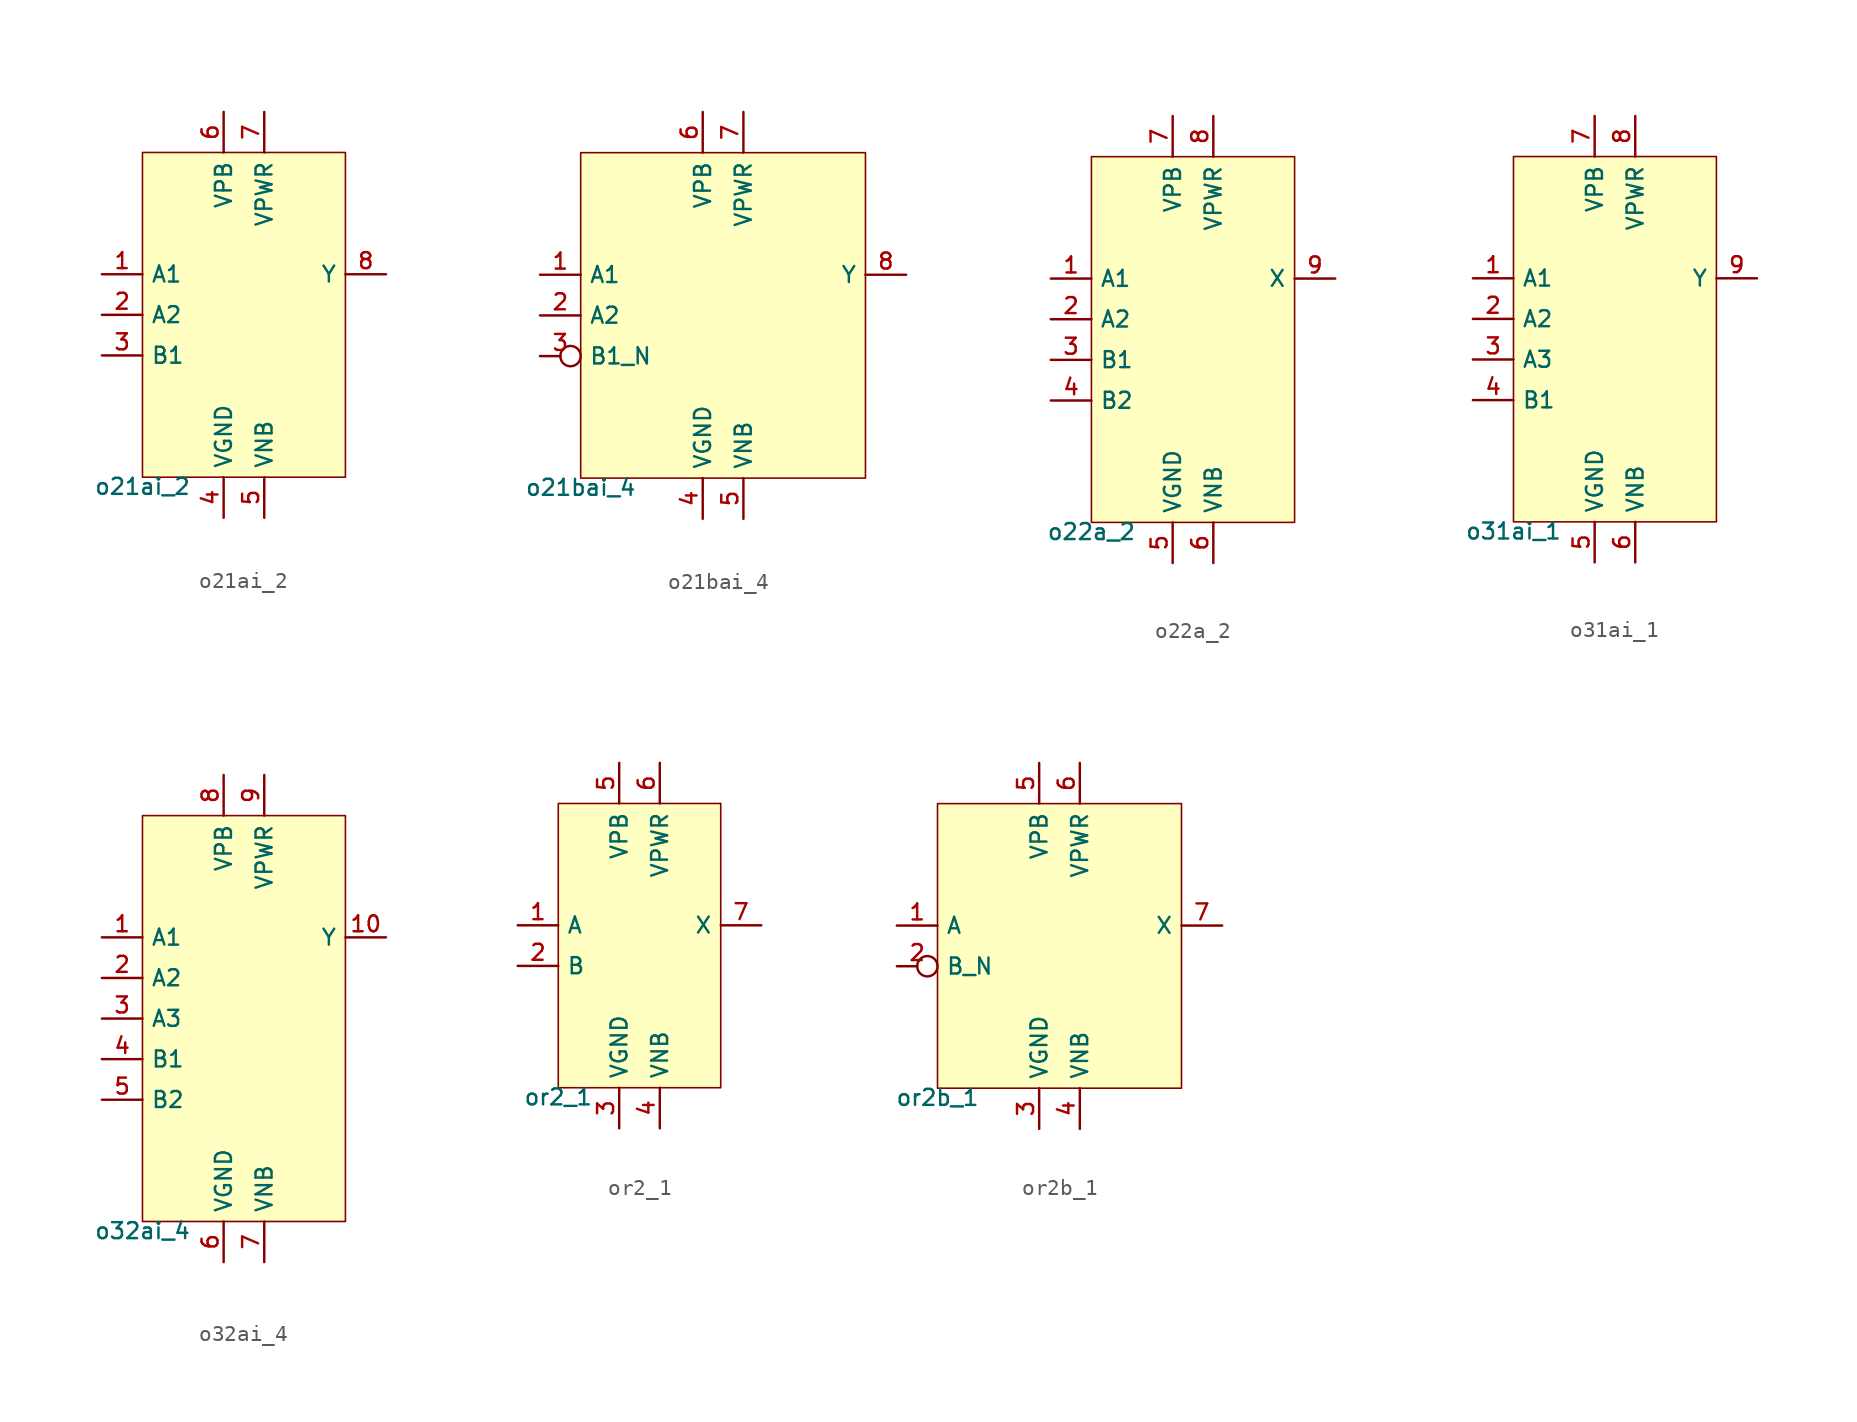
<source format=kicad_sym>
(kicad_symbol_lib
  (version 20211014)
  (generator pdk2kicad)
  (symbol "o21ai_2"
    (property "Reference" "X"
      (at 0 0 0)
      (effects (font (size 1 1)) hide))
    (property "Value" "o21ai_2"
      (at -6.35 -10.16 0)
      (effects (font (size 1 1)) (justify top)))
    (rectangle
      (start -6.35 -10.16)
      (end 6.35 10.16)
      (stroke (width 0.1) (type solid) (color 0 0 0 0))
      (fill (type background)))
    (pin input line
      (at -8.89 2.54 0)
      (length 2.54)
      (name "A1" (effects (font (size 1 1)) hide))
      (number "1" (effects (font (size 1 1)) hide)))
    (pin input line
      (at -8.89 0.0 0)
      (length 2.54)
      (name "A2" (effects (font (size 1 1)) hide))
      (number "2" (effects (font (size 1 1)) hide)))
    (pin input line
      (at -8.89 -2.54 0)
      (length 2.54)
      (name "B1" (effects (font (size 1 1)) hide))
      (number "3" (effects (font (size 1 1)) hide)))
    (pin power_in line
      (at -1.27 -12.7 90)
      (length 2.54)
      (name "VGND" (effects (font (size 1 1)) hide))
      (number "4" (effects (font (size 1 1)) hide)))
    (pin power_in line
      (at 1.27 -12.7 90)
      (length 2.54)
      (name "VNB" (effects (font (size 1 1)) hide))
      (number "5" (effects (font (size 1 1)) hide)))
    (pin power_in line
      (at -1.27 12.7 270)
      (length 2.54)
      (name "VPB" (effects (font (size 1 1)) hide))
      (number "6" (effects (font (size 1 1)) hide)))
    (pin power_in line
      (at 1.27 12.7 270)
      (length 2.54)
      (name "VPWR" (effects (font (size 1 1)) hide))
      (number "7" (effects (font (size 1 1)) hide)))
    (pin output line
      (at 8.89 2.54 180)
      (length 2.54)
      (name "Y" (effects (font (size 1 1)) hide))
      (number "8" (effects (font (size 1 1)) hide))))
  (symbol "o21bai_4"
    (property "Reference" "X"
      (at 0 0 0)
      (effects (font (size 1 1)) hide))
    (property "Value" "o21bai_4"
      (at -8.89 -10.16 0)
      (effects (font (size 1 1)) (justify top)))
    (rectangle
      (start -8.89 -10.16)
      (end 8.89 10.16)
      (stroke (width 0.1) (type solid) (color 0 0 0 0))
      (fill (type background)))
    (pin input line
      (at -11.43 2.54 0)
      (length 2.54)
      (name "A1" (effects (font (size 1 1)) hide))
      (number "1" (effects (font (size 1 1)) hide)))
    (pin input line
      (at -11.43 0.0 0)
      (length 2.54)
      (name "A2" (effects (font (size 1 1)) hide))
      (number "2" (effects (font (size 1 1)) hide)))
    (pin input inverted
      (at -11.43 -2.54 0)
      (length 2.54)
      (name "B1_N" (effects (font (size 1 1)) hide))
      (number "3" (effects (font (size 1 1)) hide)))
    (pin power_in line
      (at -1.27 -12.7 90)
      (length 2.54)
      (name "VGND" (effects (font (size 1 1)) hide))
      (number "4" (effects (font (size 1 1)) hide)))
    (pin power_in line
      (at 1.27 -12.7 90)
      (length 2.54)
      (name "VNB" (effects (font (size 1 1)) hide))
      (number "5" (effects (font (size 1 1)) hide)))
    (pin power_in line
      (at -1.27 12.7 270)
      (length 2.54)
      (name "VPB" (effects (font (size 1 1)) hide))
      (number "6" (effects (font (size 1 1)) hide)))
    (pin power_in line
      (at 1.27 12.7 270)
      (length 2.54)
      (name "VPWR" (effects (font (size 1 1)) hide))
      (number "7" (effects (font (size 1 1)) hide)))
    (pin output line
      (at 11.43 2.54 180)
      (length 2.54)
      (name "Y" (effects (font (size 1 1)) hide))
      (number "8" (effects (font (size 1 1)) hide))))
  (symbol "o22a_2"
    (property "Reference" "X"
      (at 0 0 0)
      (effects (font (size 1 1)) hide))
    (property "Value" "o22a_2"
      (at -6.35 -11.43 0)
      (effects (font (size 1 1)) (justify top)))
    (rectangle
      (start -6.35 -11.43)
      (end 6.35 11.43)
      (stroke (width 0.1) (type solid) (color 0 0 0 0))
      (fill (type background)))
    (pin input line
      (at -8.89 3.81 0)
      (length 2.54)
      (name "A1" (effects (font (size 1 1)) hide))
      (number "1" (effects (font (size 1 1)) hide)))
    (pin input line
      (at -8.89 1.27 0)
      (length 2.54)
      (name "A2" (effects (font (size 1 1)) hide))
      (number "2" (effects (font (size 1 1)) hide)))
    (pin input line
      (at -8.89 -1.27 0)
      (length 2.54)
      (name "B1" (effects (font (size 1 1)) hide))
      (number "3" (effects (font (size 1 1)) hide)))
    (pin input line
      (at -8.89 -3.81 0)
      (length 2.54)
      (name "B2" (effects (font (size 1 1)) hide))
      (number "4" (effects (font (size 1 1)) hide)))
    (pin power_in line
      (at -1.27 -13.97 90)
      (length 2.54)
      (name "VGND" (effects (font (size 1 1)) hide))
      (number "5" (effects (font (size 1 1)) hide)))
    (pin power_in line
      (at 1.27 -13.97 90)
      (length 2.54)
      (name "VNB" (effects (font (size 1 1)) hide))
      (number "6" (effects (font (size 1 1)) hide)))
    (pin power_in line
      (at -1.27 13.97 270)
      (length 2.54)
      (name "VPB" (effects (font (size 1 1)) hide))
      (number "7" (effects (font (size 1 1)) hide)))
    (pin power_in line
      (at 1.27 13.97 270)
      (length 2.54)
      (name "VPWR" (effects (font (size 1 1)) hide))
      (number "8" (effects (font (size 1 1)) hide)))
    (pin output line
      (at 8.89 3.81 180)
      (length 2.54)
      (name "X" (effects (font (size 1 1)) hide))
      (number "9" (effects (font (size 1 1)) hide))))
  (symbol "o31ai_1"
    (property "Reference" "X"
      (at 0 0 0)
      (effects (font (size 1 1)) hide))
    (property "Value" "o31ai_1"
      (at -6.35 -11.43 0)
      (effects (font (size 1 1)) (justify top)))
    (rectangle
      (start -6.35 -11.43)
      (end 6.35 11.43)
      (stroke (width 0.1) (type solid) (color 0 0 0 0))
      (fill (type background)))
    (pin input line
      (at -8.89 3.81 0)
      (length 2.54)
      (name "A1" (effects (font (size 1 1)) hide))
      (number "1" (effects (font (size 1 1)) hide)))
    (pin input line
      (at -8.89 1.27 0)
      (length 2.54)
      (name "A2" (effects (font (size 1 1)) hide))
      (number "2" (effects (font (size 1 1)) hide)))
    (pin input line
      (at -8.89 -1.27 0)
      (length 2.54)
      (name "A3" (effects (font (size 1 1)) hide))
      (number "3" (effects (font (size 1 1)) hide)))
    (pin input line
      (at -8.89 -3.81 0)
      (length 2.54)
      (name "B1" (effects (font (size 1 1)) hide))
      (number "4" (effects (font (size 1 1)) hide)))
    (pin power_in line
      (at -1.27 -13.97 90)
      (length 2.54)
      (name "VGND" (effects (font (size 1 1)) hide))
      (number "5" (effects (font (size 1 1)) hide)))
    (pin power_in line
      (at 1.27 -13.97 90)
      (length 2.54)
      (name "VNB" (effects (font (size 1 1)) hide))
      (number "6" (effects (font (size 1 1)) hide)))
    (pin power_in line
      (at -1.27 13.97 270)
      (length 2.54)
      (name "VPB" (effects (font (size 1 1)) hide))
      (number "7" (effects (font (size 1 1)) hide)))
    (pin power_in line
      (at 1.27 13.97 270)
      (length 2.54)
      (name "VPWR" (effects (font (size 1 1)) hide))
      (number "8" (effects (font (size 1 1)) hide)))
    (pin output line
      (at 8.89 3.81 180)
      (length 2.54)
      (name "Y" (effects (font (size 1 1)) hide))
      (number "9" (effects (font (size 1 1)) hide))))
  (symbol "o32ai_4"
    (property "Reference" "X"
      (at 0 0 0)
      (effects (font (size 1 1)) hide))
    (property "Value" "o32ai_4"
      (at -6.35 -12.7 0)
      (effects (font (size 1 1)) (justify top)))
    (rectangle
      (start -6.35 -12.7)
      (end 6.35 12.7)
      (stroke (width 0.1) (type solid) (color 0 0 0 0))
      (fill (type background)))
    (pin input line
      (at -8.89 5.08 0)
      (length 2.54)
      (name "A1" (effects (font (size 1 1)) hide))
      (number "1" (effects (font (size 1 1)) hide)))
    (pin input line
      (at -8.89 2.54 0)
      (length 2.54)
      (name "A2" (effects (font (size 1 1)) hide))
      (number "2" (effects (font (size 1 1)) hide)))
    (pin input line
      (at -8.89 -8.881784197001252e-16 0)
      (length 2.54)
      (name "A3" (effects (font (size 1 1)) hide))
      (number "3" (effects (font (size 1 1)) hide)))
    (pin input line
      (at -8.89 -2.54 0)
      (length 2.54)
      (name "B1" (effects (font (size 1 1)) hide))
      (number "4" (effects (font (size 1 1)) hide)))
    (pin input line
      (at -8.89 -5.08 0)
      (length 2.54)
      (name "B2" (effects (font (size 1 1)) hide))
      (number "5" (effects (font (size 1 1)) hide)))
    (pin power_in line
      (at -1.27 -15.24 90)
      (length 2.54)
      (name "VGND" (effects (font (size 1 1)) hide))
      (number "6" (effects (font (size 1 1)) hide)))
    (pin power_in line
      (at 1.27 -15.24 90)
      (length 2.54)
      (name "VNB" (effects (font (size 1 1)) hide))
      (number "7" (effects (font (size 1 1)) hide)))
    (pin power_in line
      (at -1.27 15.24 270)
      (length 2.54)
      (name "VPB" (effects (font (size 1 1)) hide))
      (number "8" (effects (font (size 1 1)) hide)))
    (pin power_in line
      (at 1.27 15.24 270)
      (length 2.54)
      (name "VPWR" (effects (font (size 1 1)) hide))
      (number "9" (effects (font (size 1 1)) hide)))
    (pin output line
      (at 8.89 5.08 180)
      (length 2.54)
      (name "Y" (effects (font (size 1 1)) hide))
      (number "10" (effects (font (size 1 1)) hide))))
  (symbol "or2_1"
    (property "Reference" "X"
      (at 0 0 0)
      (effects (font (size 1 1)) hide))
    (property "Value" "or2_1"
      (at -5.08 -8.89 0)
      (effects (font (size 1 1)) (justify top)))
    (rectangle
      (start -5.08 -8.89)
      (end 5.08 8.89)
      (stroke (width 0.1) (type solid) (color 0 0 0 0))
      (fill (type background)))
    (pin input line
      (at -7.62 1.27 0)
      (length 2.54)
      (name "A" (effects (font (size 1 1)) hide))
      (number "1" (effects (font (size 1 1)) hide)))
    (pin input line
      (at -7.62 -1.27 0)
      (length 2.54)
      (name "B" (effects (font (size 1 1)) hide))
      (number "2" (effects (font (size 1 1)) hide)))
    (pin power_in line
      (at -1.27 -11.43 90)
      (length 2.54)
      (name "VGND" (effects (font (size 1 1)) hide))
      (number "3" (effects (font (size 1 1)) hide)))
    (pin power_in line
      (at 1.27 -11.43 90)
      (length 2.54)
      (name "VNB" (effects (font (size 1 1)) hide))
      (number "4" (effects (font (size 1 1)) hide)))
    (pin power_in line
      (at -1.27 11.43 270)
      (length 2.54)
      (name "VPB" (effects (font (size 1 1)) hide))
      (number "5" (effects (font (size 1 1)) hide)))
    (pin power_in line
      (at 1.27 11.43 270)
      (length 2.54)
      (name "VPWR" (effects (font (size 1 1)) hide))
      (number "6" (effects (font (size 1 1)) hide)))
    (pin output line
      (at 7.62 1.27 180)
      (length 2.54)
      (name "X" (effects (font (size 1 1)) hide))
      (number "7" (effects (font (size 1 1)) hide))))
  (symbol "or2b_1"
    (property "Reference" "X"
      (at 0 0 0)
      (effects (font (size 1 1)) hide))
    (property "Value" "or2b_1"
      (at -7.62 -8.89 0)
      (effects (font (size 1 1)) (justify top)))
    (rectangle
      (start -7.62 -8.89)
      (end 7.62 8.89)
      (stroke (width 0.1) (type solid) (color 0 0 0 0))
      (fill (type background)))
    (pin input line
      (at -10.16 1.27 0)
      (length 2.54)
      (name "A" (effects (font (size 1 1)) hide))
      (number "1" (effects (font (size 1 1)) hide)))
    (pin input inverted
      (at -10.16 -1.27 0)
      (length 2.54)
      (name "B_N" (effects (font (size 1 1)) hide))
      (number "2" (effects (font (size 1 1)) hide)))
    (pin power_in line
      (at -1.27 -11.43 90)
      (length 2.54)
      (name "VGND" (effects (font (size 1 1)) hide))
      (number "3" (effects (font (size 1 1)) hide)))
    (pin power_in line
      (at 1.27 -11.43 90)
      (length 2.54)
      (name "VNB" (effects (font (size 1 1)) hide))
      (number "4" (effects (font (size 1 1)) hide)))
    (pin power_in line
      (at -1.27 11.43 270)
      (length 2.54)
      (name "VPB" (effects (font (size 1 1)) hide))
      (number "5" (effects (font (size 1 1)) hide)))
    (pin power_in line
      (at 1.27 11.43 270)
      (length 2.54)
      (name "VPWR" (effects (font (size 1 1)) hide))
      (number "6" (effects (font (size 1 1)) hide)))
    (pin output line
      (at 10.16 1.27 180)
      (length 2.54)
      (name "X" (effects (font (size 1 1)) hide))
      (number "7" (effects (font (size 1 1)) hide)))))
</source>
